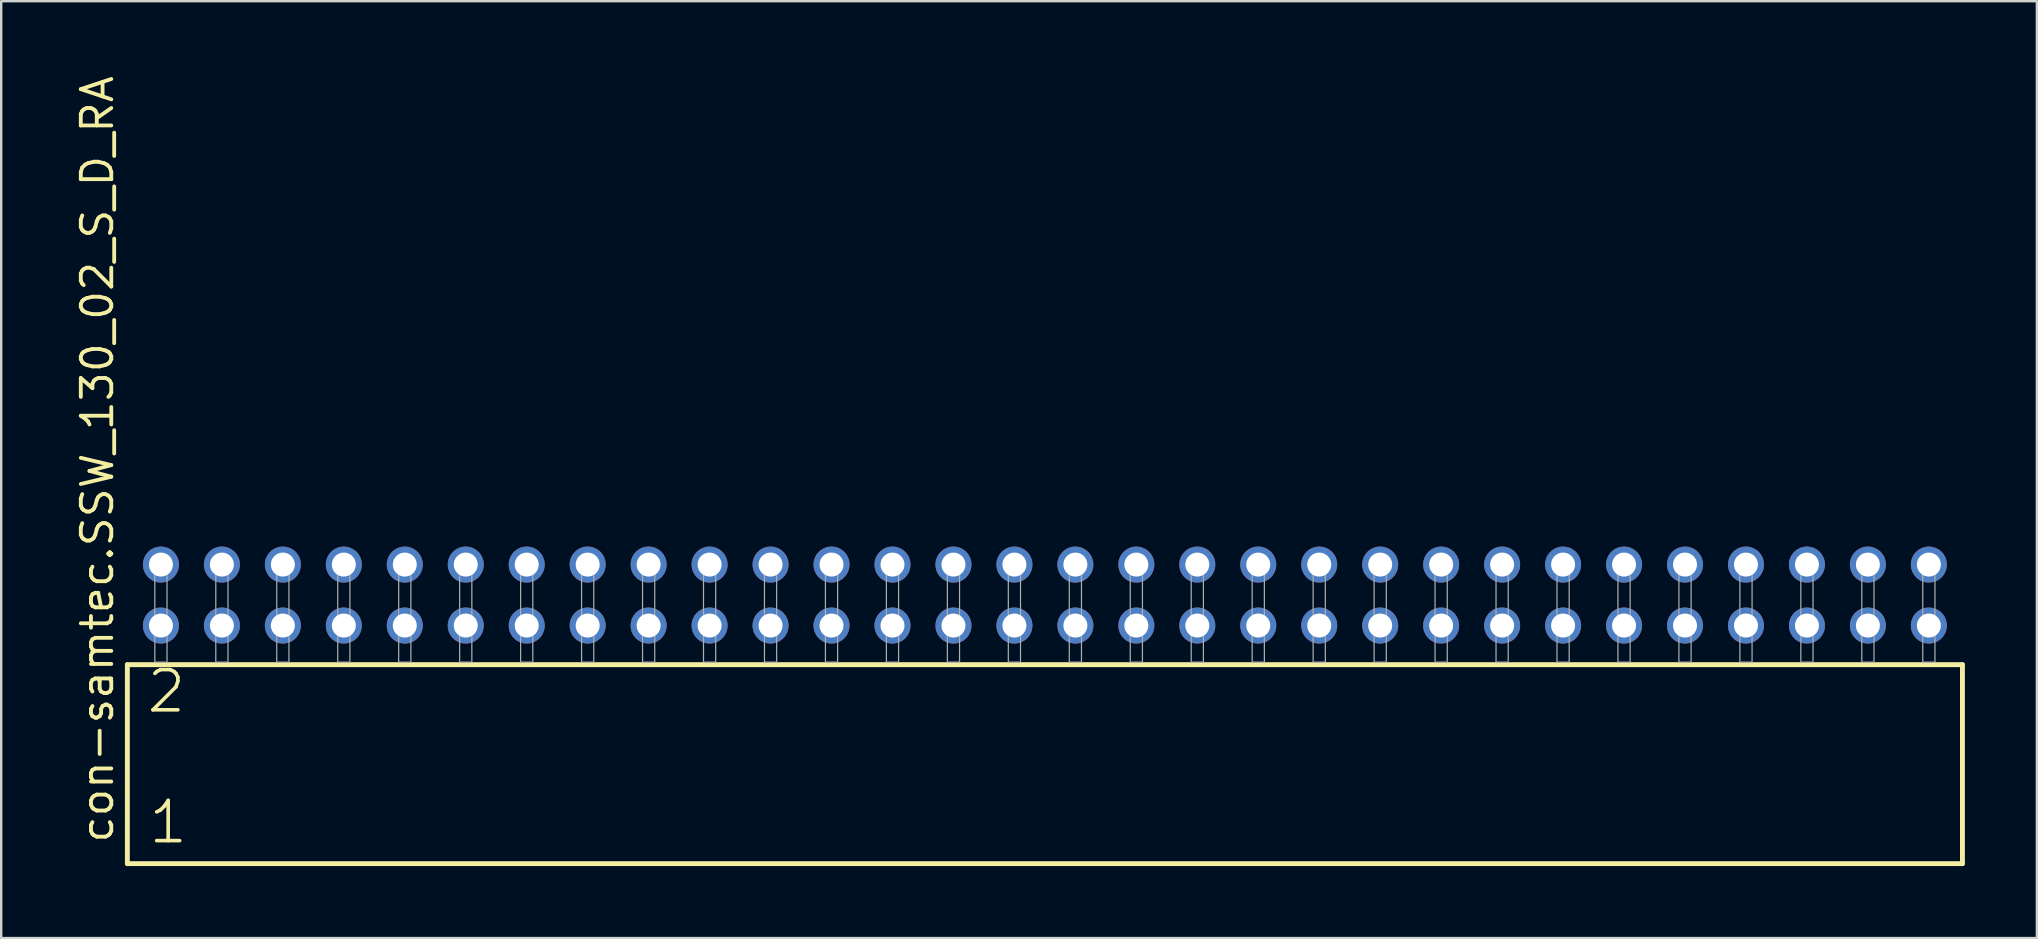
<source format=kicad_pcb>
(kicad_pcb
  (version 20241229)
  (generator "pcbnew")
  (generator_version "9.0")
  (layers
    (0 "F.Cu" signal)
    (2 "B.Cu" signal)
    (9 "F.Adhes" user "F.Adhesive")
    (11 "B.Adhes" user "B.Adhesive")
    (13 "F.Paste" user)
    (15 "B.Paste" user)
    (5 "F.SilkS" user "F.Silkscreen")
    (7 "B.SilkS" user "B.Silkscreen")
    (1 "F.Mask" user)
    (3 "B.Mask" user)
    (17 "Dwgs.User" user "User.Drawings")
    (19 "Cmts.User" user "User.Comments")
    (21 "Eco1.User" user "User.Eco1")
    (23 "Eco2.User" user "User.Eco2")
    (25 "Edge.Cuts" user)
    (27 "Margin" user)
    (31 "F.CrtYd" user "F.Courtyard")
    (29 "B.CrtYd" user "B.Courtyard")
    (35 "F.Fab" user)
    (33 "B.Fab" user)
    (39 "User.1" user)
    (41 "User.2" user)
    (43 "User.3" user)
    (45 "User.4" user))
  (footprint "con-samtec.SSW_130_02_S_D_RA"
    (layer "F.Cu")
    (at 40.485 24.537)
    (property "Reference" "con-samtec.SSW_130_02_S_D_RA" (at -38.735 7.62 90) (layer "F.SilkS") (effects (font (size 1.27 1.27) (thickness 0.16)) (justify left bottom)))
    (attr through_hole)
    (fp_line (start -38.229 0.106) (end -38.229 8.396) (stroke (width 0.203) (type default)) (layer "F.SilkS"))
    (fp_line (start -38.229 8.396) (end 38.229 8.396) (stroke (width 0.203) (type default)) (layer "F.SilkS"))
    (fp_line (start 38.229 0.106) (end -38.229 0.106) (stroke (width 0.203) (type default)) (layer "F.SilkS"))
    (fp_line (start 38.229 8.396) (end 38.229 0.106) (stroke (width 0.203) (type default)) (layer "F.SilkS"))
    (fp_rect (start -37.084 0) (end -36.576 -4.318) (stroke (width 0.05) (type default)) (fill no) (layer "F.Fab"))
    (fp_rect (start -34.544 0) (end -34.036 -4.318) (stroke (width 0.05) (type default)) (fill no) (layer "F.Fab"))
    (fp_rect (start -32.004 0) (end -31.496 -4.318) (stroke (width 0.05) (type default)) (fill no) (layer "F.Fab"))
    (fp_rect (start -29.464 0) (end -28.956 -4.318) (stroke (width 0.05) (type default)) (fill no) (layer "F.Fab"))
    (fp_rect (start -26.924 0) (end -26.416 -4.318) (stroke (width 0.05) (type default)) (fill no) (layer "F.Fab"))
    (fp_rect (start -24.384 0) (end -23.876 -4.318) (stroke (width 0.05) (type default)) (fill no) (layer "F.Fab"))
    (fp_rect (start -21.844 0) (end -21.336 -4.318) (stroke (width 0.05) (type default)) (fill no) (layer "F.Fab"))
    (fp_rect (start -19.304 0) (end -18.796 -4.318) (stroke (width 0.05) (type default)) (fill no) (layer "F.Fab"))
    (fp_rect (start -16.764 0) (end -16.256 -4.318) (stroke (width 0.05) (type default)) (fill no) (layer "F.Fab"))
    (fp_rect (start -14.224 0) (end -13.716 -4.318) (stroke (width 0.05) (type default)) (fill no) (layer "F.Fab"))
    (fp_rect (start -11.684 0) (end -11.176 -4.318) (stroke (width 0.05) (type default)) (fill no) (layer "F.Fab"))
    (fp_rect (start -9.144 0) (end -8.636 -4.318) (stroke (width 0.05) (type default)) (fill no) (layer "F.Fab"))
    (fp_rect (start -6.604 0) (end -6.096 -4.318) (stroke (width 0.05) (type default)) (fill no) (layer "F.Fab"))
    (fp_rect (start -4.064 0) (end -3.556 -4.318) (stroke (width 0.05) (type default)) (fill no) (layer "F.Fab"))
    (fp_rect (start -1.524 0) (end -1.016 -4.318) (stroke (width 0.05) (type default)) (fill no) (layer "F.Fab"))
    (fp_rect (start 1.016 0) (end 1.524 -4.318) (stroke (width 0.05) (type default)) (fill no) (layer "F.Fab"))
    (fp_rect (start 3.556 0) (end 4.064 -4.318) (stroke (width 0.05) (type default)) (fill no) (layer "F.Fab"))
    (fp_rect (start 6.096 0) (end 6.604 -4.318) (stroke (width 0.05) (type default)) (fill no) (layer "F.Fab"))
    (fp_rect (start 8.636 0) (end 9.144 -4.318) (stroke (width 0.05) (type default)) (fill no) (layer "F.Fab"))
    (fp_rect (start 11.176 0) (end 11.684 -4.318) (stroke (width 0.05) (type default)) (fill no) (layer "F.Fab"))
    (fp_rect (start 13.716 0) (end 14.224 -4.318) (stroke (width 0.05) (type default)) (fill no) (layer "F.Fab"))
    (fp_rect (start 16.256 0) (end 16.764 -4.318) (stroke (width 0.05) (type default)) (fill no) (layer "F.Fab"))
    (fp_rect (start 18.796 0) (end 19.304 -4.318) (stroke (width 0.05) (type default)) (fill no) (layer "F.Fab"))
    (fp_rect (start 21.336 0) (end 21.844 -4.318) (stroke (width 0.05) (type default)) (fill no) (layer "F.Fab"))
    (fp_rect (start 23.876 0) (end 24.384 -4.318) (stroke (width 0.05) (type default)) (fill no) (layer "F.Fab"))
    (fp_rect (start 26.416 0) (end 26.924 -4.318) (stroke (width 0.05) (type default)) (fill no) (layer "F.Fab"))
    (fp_rect (start 28.956 0) (end 29.464 -4.318) (stroke (width 0.05) (type default)) (fill no) (layer "F.Fab"))
    (fp_rect (start 31.496 0) (end 32.004 -4.318) (stroke (width 0.05) (type default)) (fill no) (layer "F.Fab"))
    (fp_rect (start 34.036 0) (end 34.544 -4.318) (stroke (width 0.05) (type default)) (fill no) (layer "F.Fab"))
    (fp_rect (start 36.576 0) (end 37.084 -4.318) (stroke (width 0.05) (type default)) (fill no) (layer "F.Fab"))
    (fp_text user "2" (at -37.5 2.2 0) (layer "F.SilkS") (effects (font (size 1.676 1.676) (thickness 0.15)) (justify left bottom)))
    (fp_text user "1" (at -37.425 7.65 0) (layer "F.SilkS") (effects (font (size 1.676 1.676) (thickness 0.15)) (justify left bottom)))
    (pad "1" thru_hole circle (at -36.83 -1.524) (size 1.5 1.5) (drill 1) (layers "*.Cu" "*.Mask"))
    (pad "2" thru_hole circle (at -36.83 -4.064) (size 1.5 1.5) (drill 1) (layers "*.Cu" "*.Mask"))
    (pad "3" thru_hole circle (at -34.29 -1.524) (size 1.5 1.5) (drill 1) (layers "*.Cu" "*.Mask"))
    (pad "4" thru_hole circle (at -34.29 -4.064) (size 1.5 1.5) (drill 1) (layers "*.Cu" "*.Mask"))
    (pad "5" thru_hole circle (at -31.75 -1.524) (size 1.5 1.5) (drill 1) (layers "*.Cu" "*.Mask"))
    (pad "6" thru_hole circle (at -31.75 -4.064) (size 1.5 1.5) (drill 1) (layers "*.Cu" "*.Mask"))
    (pad "7" thru_hole circle (at -29.21 -1.524) (size 1.5 1.5) (drill 1) (layers "*.Cu" "*.Mask"))
    (pad "8" thru_hole circle (at -29.21 -4.064) (size 1.5 1.5) (drill 1) (layers "*.Cu" "*.Mask"))
    (pad "9" thru_hole circle (at -26.67 -1.524) (size 1.5 1.5) (drill 1) (layers "*.Cu" "*.Mask"))
    (pad "10" thru_hole circle (at -26.67 -4.064) (size 1.5 1.5) (drill 1) (layers "*.Cu" "*.Mask"))
    (pad "11" thru_hole circle (at -24.13 -1.524) (size 1.5 1.5) (drill 1) (layers "*.Cu" "*.Mask"))
    (pad "12" thru_hole circle (at -24.13 -4.064) (size 1.5 1.5) (drill 1) (layers "*.Cu" "*.Mask"))
    (pad "13" thru_hole circle (at -21.59 -1.524) (size 1.5 1.5) (drill 1) (layers "*.Cu" "*.Mask"))
    (pad "14" thru_hole circle (at -21.59 -4.064) (size 1.5 1.5) (drill 1) (layers "*.Cu" "*.Mask"))
    (pad "15" thru_hole circle (at -19.05 -1.524) (size 1.5 1.5) (drill 1) (layers "*.Cu" "*.Mask"))
    (pad "16" thru_hole circle (at -19.05 -4.064) (size 1.5 1.5) (drill 1) (layers "*.Cu" "*.Mask"))
    (pad "17" thru_hole circle (at -16.51 -1.524) (size 1.5 1.5) (drill 1) (layers "*.Cu" "*.Mask"))
    (pad "18" thru_hole circle (at -16.51 -4.064) (size 1.5 1.5) (drill 1) (layers "*.Cu" "*.Mask"))
    (pad "19" thru_hole circle (at -13.97 -1.524) (size 1.5 1.5) (drill 1) (layers "*.Cu" "*.Mask"))
    (pad "20" thru_hole circle (at -13.97 -4.064) (size 1.5 1.5) (drill 1) (layers "*.Cu" "*.Mask"))
    (pad "21" thru_hole circle (at -11.43 -1.524) (size 1.5 1.5) (drill 1) (layers "*.Cu" "*.Mask"))
    (pad "22" thru_hole circle (at -11.43 -4.064) (size 1.5 1.5) (drill 1) (layers "*.Cu" "*.Mask"))
    (pad "23" thru_hole circle (at -8.89 -1.524) (size 1.5 1.5) (drill 1) (layers "*.Cu" "*.Mask"))
    (pad "24" thru_hole circle (at -8.89 -4.064) (size 1.5 1.5) (drill 1) (layers "*.Cu" "*.Mask"))
    (pad "25" thru_hole circle (at -6.35 -1.524) (size 1.5 1.5) (drill 1) (layers "*.Cu" "*.Mask"))
    (pad "26" thru_hole circle (at -6.35 -4.064) (size 1.5 1.5) (drill 1) (layers "*.Cu" "*.Mask"))
    (pad "27" thru_hole circle (at -3.81 -1.524) (size 1.5 1.5) (drill 1) (layers "*.Cu" "*.Mask"))
    (pad "28" thru_hole circle (at -3.81 -4.064) (size 1.5 1.5) (drill 1) (layers "*.Cu" "*.Mask"))
    (pad "29" thru_hole circle (at -1.27 -1.524) (size 1.5 1.5) (drill 1) (layers "*.Cu" "*.Mask"))
    (pad "30" thru_hole circle (at -1.27 -4.064) (size 1.5 1.5) (drill 1) (layers "*.Cu" "*.Mask"))
    (pad "31" thru_hole circle (at 1.27 -1.524) (size 1.5 1.5) (drill 1) (layers "*.Cu" "*.Mask"))
    (pad "32" thru_hole circle (at 1.27 -4.064) (size 1.5 1.5) (drill 1) (layers "*.Cu" "*.Mask"))
    (pad "33" thru_hole circle (at 3.81 -1.524) (size 1.5 1.5) (drill 1) (layers "*.Cu" "*.Mask"))
    (pad "34" thru_hole circle (at 3.81 -4.064) (size 1.5 1.5) (drill 1) (layers "*.Cu" "*.Mask"))
    (pad "35" thru_hole circle (at 6.35 -1.524) (size 1.5 1.5) (drill 1) (layers "*.Cu" "*.Mask"))
    (pad "36" thru_hole circle (at 6.35 -4.064) (size 1.5 1.5) (drill 1) (layers "*.Cu" "*.Mask"))
    (pad "37" thru_hole circle (at 8.89 -1.524) (size 1.5 1.5) (drill 1) (layers "*.Cu" "*.Mask"))
    (pad "38" thru_hole circle (at 8.89 -4.064) (size 1.5 1.5) (drill 1) (layers "*.Cu" "*.Mask"))
    (pad "39" thru_hole circle (at 11.43 -1.524) (size 1.5 1.5) (drill 1) (layers "*.Cu" "*.Mask"))
    (pad "40" thru_hole circle (at 11.43 -4.064) (size 1.5 1.5) (drill 1) (layers "*.Cu" "*.Mask"))
    (pad "41" thru_hole circle (at 13.97 -1.524) (size 1.5 1.5) (drill 1) (layers "*.Cu" "*.Mask"))
    (pad "42" thru_hole circle (at 13.97 -4.064) (size 1.5 1.5) (drill 1) (layers "*.Cu" "*.Mask"))
    (pad "43" thru_hole circle (at 16.51 -1.524) (size 1.5 1.5) (drill 1) (layers "*.Cu" "*.Mask"))
    (pad "44" thru_hole circle (at 16.51 -4.064) (size 1.5 1.5) (drill 1) (layers "*.Cu" "*.Mask"))
    (pad "45" thru_hole circle (at 19.05 -1.524) (size 1.5 1.5) (drill 1) (layers "*.Cu" "*.Mask"))
    (pad "46" thru_hole circle (at 19.05 -4.064) (size 1.5 1.5) (drill 1) (layers "*.Cu" "*.Mask"))
    (pad "47" thru_hole circle (at 21.59 -1.524) (size 1.5 1.5) (drill 1) (layers "*.Cu" "*.Mask"))
    (pad "48" thru_hole circle (at 21.59 -4.064) (size 1.5 1.5) (drill 1) (layers "*.Cu" "*.Mask"))
    (pad "49" thru_hole circle (at 24.13 -1.524) (size 1.5 1.5) (drill 1) (layers "*.Cu" "*.Mask"))
    (pad "50" thru_hole circle (at 24.13 -4.064) (size 1.5 1.5) (drill 1) (layers "*.Cu" "*.Mask"))
    (pad "51" thru_hole circle (at 26.67 -1.524) (size 1.5 1.5) (drill 1) (layers "*.Cu" "*.Mask"))
    (pad "52" thru_hole circle (at 26.67 -4.064) (size 1.5 1.5) (drill 1) (layers "*.Cu" "*.Mask"))
    (pad "53" thru_hole circle (at 29.21 -1.524) (size 1.5 1.5) (drill 1) (layers "*.Cu" "*.Mask"))
    (pad "54" thru_hole circle (at 29.21 -4.064) (size 1.5 1.5) (drill 1) (layers "*.Cu" "*.Mask"))
    (pad "55" thru_hole circle (at 31.75 -1.524) (size 1.5 1.5) (drill 1) (layers "*.Cu" "*.Mask"))
    (pad "56" thru_hole circle (at 31.75 -4.064) (size 1.5 1.5) (drill 1) (layers "*.Cu" "*.Mask"))
    (pad "57" thru_hole circle (at 34.29 -1.524) (size 1.5 1.5) (drill 1) (layers "*.Cu" "*.Mask"))
    (pad "58" thru_hole circle (at 34.29 -4.064) (size 1.5 1.5) (drill 1) (layers "*.Cu" "*.Mask"))
    (pad "59" thru_hole circle (at 36.83 -1.524) (size 1.5 1.5) (drill 1) (layers "*.Cu" "*.Mask"))
    (pad "60" thru_hole circle (at 36.83 -4.064) (size 1.5 1.5) (drill 1) (layers "*.Cu" "*.Mask")))
  (gr_rect
    (start -3 -3)
    (end 81.816 36.035)
    (stroke (width 0.1) (type default))
    (fill no)
    (layer "Edge.Cuts")))
</source>
